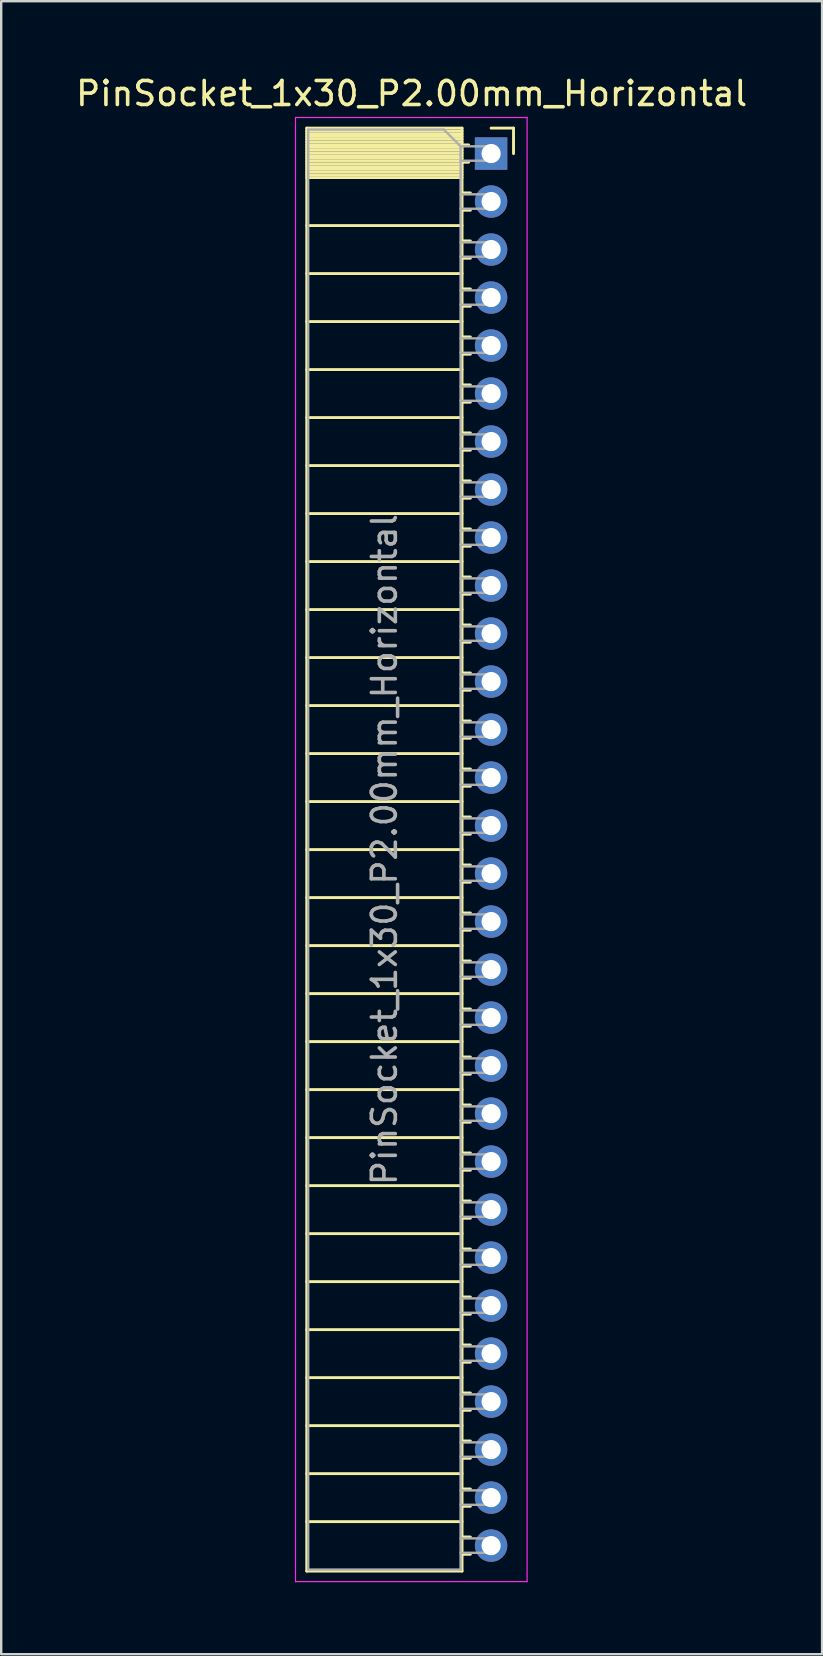
<source format=kicad_pcb>
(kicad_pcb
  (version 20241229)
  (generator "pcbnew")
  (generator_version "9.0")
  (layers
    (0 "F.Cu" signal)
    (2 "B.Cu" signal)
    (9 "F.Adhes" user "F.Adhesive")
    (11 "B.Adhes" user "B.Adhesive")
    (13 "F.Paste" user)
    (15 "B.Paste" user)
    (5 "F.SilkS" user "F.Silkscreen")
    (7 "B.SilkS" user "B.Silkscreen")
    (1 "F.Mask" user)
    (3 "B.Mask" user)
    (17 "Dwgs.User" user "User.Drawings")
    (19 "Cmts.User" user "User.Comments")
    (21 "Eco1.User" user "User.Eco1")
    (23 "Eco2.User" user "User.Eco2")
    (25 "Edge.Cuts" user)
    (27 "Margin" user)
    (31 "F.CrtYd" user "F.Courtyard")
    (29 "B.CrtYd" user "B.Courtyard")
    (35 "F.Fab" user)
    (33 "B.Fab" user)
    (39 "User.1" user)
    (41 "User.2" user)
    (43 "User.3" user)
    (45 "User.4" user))
  (footprint "PinSocket_1x30_P2.00mm_Horizontal"
    (layer "F.Cu")
    (at 17.411 3.348)
    (property "Reference" "PinSocket_1x30_P2.00mm_Horizontal" (at -3.31 -2.5 0) (layer "F.SilkS") (effects (font (size 1 1) (thickness 0.15))))
    (attr through_hole)
    (fp_line (start -7.68 -1.06) (end -7.68 59.06) (stroke (width 0.12) (type solid)) (layer "F.SilkS"))
    (fp_line (start -7.68 -1.06) (end -1.21 -1.06) (stroke (width 0.12) (type solid)) (layer "F.SilkS"))
    (fp_line (start -7.68 -0.94) (end -1.21 -0.94) (stroke (width 0.12) (type solid)) (layer "F.SilkS"))
    (fp_line (start -7.68 -0.826) (end -1.21 -0.826) (stroke (width 0.12) (type solid)) (layer "F.SilkS"))
    (fp_line (start -7.68 -0.712) (end -1.21 -0.712) (stroke (width 0.12) (type solid)) (layer "F.SilkS"))
    (fp_line (start -7.68 -0.598) (end -1.21 -0.598) (stroke (width 0.12) (type solid)) (layer "F.SilkS"))
    (fp_line (start -7.68 -0.484) (end -1.21 -0.484) (stroke (width 0.12) (type solid)) (layer "F.SilkS"))
    (fp_line (start -7.68 -0.369) (end -1.21 -0.369) (stroke (width 0.12) (type solid)) (layer "F.SilkS"))
    (fp_line (start -7.68 -0.255) (end -1.21 -0.255) (stroke (width 0.12) (type solid)) (layer "F.SilkS"))
    (fp_line (start -7.68 -0.141) (end -1.21 -0.141) (stroke (width 0.12) (type solid)) (layer "F.SilkS"))
    (fp_line (start -7.68 -0.027) (end -1.21 -0.027) (stroke (width 0.12) (type solid)) (layer "F.SilkS"))
    (fp_line (start -7.68 0.087) (end -1.21 0.087) (stroke (width 0.12) (type solid)) (layer "F.SilkS"))
    (fp_line (start -7.68 0.201) (end -1.21 0.201) (stroke (width 0.12) (type solid)) (layer "F.SilkS"))
    (fp_line (start -7.68 0.315) (end -1.21 0.315) (stroke (width 0.12) (type solid)) (layer "F.SilkS"))
    (fp_line (start -7.68 0.429) (end -1.21 0.429) (stroke (width 0.12) (type solid)) (layer "F.SilkS"))
    (fp_line (start -7.68 0.544) (end -1.21 0.544) (stroke (width 0.12) (type solid)) (layer "F.SilkS"))
    (fp_line (start -7.68 0.658) (end -1.21 0.658) (stroke (width 0.12) (type solid)) (layer "F.SilkS"))
    (fp_line (start -7.68 0.772) (end -1.21 0.772) (stroke (width 0.12) (type solid)) (layer "F.SilkS"))
    (fp_line (start -7.68 0.886) (end -1.21 0.886) (stroke (width 0.12) (type solid)) (layer "F.SilkS"))
    (fp_line (start -7.68 1) (end -1.21 1) (stroke (width 0.12) (type solid)) (layer "F.SilkS"))
    (fp_line (start -7.68 3) (end -1.21 3) (stroke (width 0.12) (type solid)) (layer "F.SilkS"))
    (fp_line (start -7.68 5) (end -1.21 5) (stroke (width 0.12) (type solid)) (layer "F.SilkS"))
    (fp_line (start -7.68 7) (end -1.21 7) (stroke (width 0.12) (type solid)) (layer "F.SilkS"))
    (fp_line (start -7.68 9) (end -1.21 9) (stroke (width 0.12) (type solid)) (layer "F.SilkS"))
    (fp_line (start -7.68 11) (end -1.21 11) (stroke (width 0.12) (type solid)) (layer "F.SilkS"))
    (fp_line (start -7.68 13) (end -1.21 13) (stroke (width 0.12) (type solid)) (layer "F.SilkS"))
    (fp_line (start -7.68 15) (end -1.21 15) (stroke (width 0.12) (type solid)) (layer "F.SilkS"))
    (fp_line (start -7.68 17) (end -1.21 17) (stroke (width 0.12) (type solid)) (layer "F.SilkS"))
    (fp_line (start -7.68 19) (end -1.21 19) (stroke (width 0.12) (type solid)) (layer "F.SilkS"))
    (fp_line (start -7.68 21) (end -1.21 21) (stroke (width 0.12) (type solid)) (layer "F.SilkS"))
    (fp_line (start -7.68 23) (end -1.21 23) (stroke (width 0.12) (type solid)) (layer "F.SilkS"))
    (fp_line (start -7.68 25) (end -1.21 25) (stroke (width 0.12) (type solid)) (layer "F.SilkS"))
    (fp_line (start -7.68 27) (end -1.21 27) (stroke (width 0.12) (type solid)) (layer "F.SilkS"))
    (fp_line (start -7.68 29) (end -1.21 29) (stroke (width 0.12) (type solid)) (layer "F.SilkS"))
    (fp_line (start -7.68 31) (end -1.21 31) (stroke (width 0.12) (type solid)) (layer "F.SilkS"))
    (fp_line (start -7.68 33) (end -1.21 33) (stroke (width 0.12) (type solid)) (layer "F.SilkS"))
    (fp_line (start -7.68 35) (end -1.21 35) (stroke (width 0.12) (type solid)) (layer "F.SilkS"))
    (fp_line (start -7.68 37) (end -1.21 37) (stroke (width 0.12) (type solid)) (layer "F.SilkS"))
    (fp_line (start -7.68 39) (end -1.21 39) (stroke (width 0.12) (type solid)) (layer "F.SilkS"))
    (fp_line (start -7.68 41) (end -1.21 41) (stroke (width 0.12) (type solid)) (layer "F.SilkS"))
    (fp_line (start -7.68 43) (end -1.21 43) (stroke (width 0.12) (type solid)) (layer "F.SilkS"))
    (fp_line (start -7.68 45) (end -1.21 45) (stroke (width 0.12) (type solid)) (layer "F.SilkS"))
    (fp_line (start -7.68 47) (end -1.21 47) (stroke (width 0.12) (type solid)) (layer "F.SilkS"))
    (fp_line (start -7.68 49) (end -1.21 49) (stroke (width 0.12) (type solid)) (layer "F.SilkS"))
    (fp_line (start -7.68 51) (end -1.21 51) (stroke (width 0.12) (type solid)) (layer "F.SilkS"))
    (fp_line (start -7.68 53) (end -1.21 53) (stroke (width 0.12) (type solid)) (layer "F.SilkS"))
    (fp_line (start -7.68 55) (end -1.21 55) (stroke (width 0.12) (type solid)) (layer "F.SilkS"))
    (fp_line (start -7.68 57) (end -1.21 57) (stroke (width 0.12) (type solid)) (layer "F.SilkS"))
    (fp_line (start -7.68 59.06) (end -1.21 59.06) (stroke (width 0.12) (type solid)) (layer "F.SilkS"))
    (fp_line (start -1.21 -1.06) (end -1.21 59.06) (stroke (width 0.12) (type solid)) (layer "F.SilkS"))
    (fp_line (start -1.21 -0.36) (end -0.935 -0.36) (stroke (width 0.12) (type solid)) (layer "F.SilkS"))
    (fp_line (start -1.21 0.36) (end -0.935 0.36) (stroke (width 0.12) (type solid)) (layer "F.SilkS"))
    (fp_line (start -1.21 1.64) (end -0.863 1.64) (stroke (width 0.12) (type solid)) (layer "F.SilkS"))
    (fp_line (start -1.21 2.36) (end -0.863 2.36) (stroke (width 0.12) (type solid)) (layer "F.SilkS"))
    (fp_line (start -1.21 3.64) (end -0.863 3.64) (stroke (width 0.12) (type solid)) (layer "F.SilkS"))
    (fp_line (start -1.21 4.36) (end -0.863 4.36) (stroke (width 0.12) (type solid)) (layer "F.SilkS"))
    (fp_line (start -1.21 5.64) (end -0.863 5.64) (stroke (width 0.12) (type solid)) (layer "F.SilkS"))
    (fp_line (start -1.21 6.36) (end -0.863 6.36) (stroke (width 0.12) (type solid)) (layer "F.SilkS"))
    (fp_line (start -1.21 7.64) (end -0.863 7.64) (stroke (width 0.12) (type solid)) (layer "F.SilkS"))
    (fp_line (start -1.21 8.36) (end -0.863 8.36) (stroke (width 0.12) (type solid)) (layer "F.SilkS"))
    (fp_line (start -1.21 9.64) (end -0.863 9.64) (stroke (width 0.12) (type solid)) (layer "F.SilkS"))
    (fp_line (start -1.21 10.36) (end -0.863 10.36) (stroke (width 0.12) (type solid)) (layer "F.SilkS"))
    (fp_line (start -1.21 11.64) (end -0.863 11.64) (stroke (width 0.12) (type solid)) (layer "F.SilkS"))
    (fp_line (start -1.21 12.36) (end -0.863 12.36) (stroke (width 0.12) (type solid)) (layer "F.SilkS"))
    (fp_line (start -1.21 13.64) (end -0.863 13.64) (stroke (width 0.12) (type solid)) (layer "F.SilkS"))
    (fp_line (start -1.21 14.36) (end -0.863 14.36) (stroke (width 0.12) (type solid)) (layer "F.SilkS"))
    (fp_line (start -1.21 15.64) (end -0.863 15.64) (stroke (width 0.12) (type solid)) (layer "F.SilkS"))
    (fp_line (start -1.21 16.36) (end -0.863 16.36) (stroke (width 0.12) (type solid)) (layer "F.SilkS"))
    (fp_line (start -1.21 17.64) (end -0.863 17.64) (stroke (width 0.12) (type solid)) (layer "F.SilkS"))
    (fp_line (start -1.21 18.36) (end -0.863 18.36) (stroke (width 0.12) (type solid)) (layer "F.SilkS"))
    (fp_line (start -1.21 19.64) (end -0.863 19.64) (stroke (width 0.12) (type solid)) (layer "F.SilkS"))
    (fp_line (start -1.21 20.36) (end -0.863 20.36) (stroke (width 0.12) (type solid)) (layer "F.SilkS"))
    (fp_line (start -1.21 21.64) (end -0.863 21.64) (stroke (width 0.12) (type solid)) (layer "F.SilkS"))
    (fp_line (start -1.21 22.36) (end -0.863 22.36) (stroke (width 0.12) (type solid)) (layer "F.SilkS"))
    (fp_line (start -1.21 23.64) (end -0.863 23.64) (stroke (width 0.12) (type solid)) (layer "F.SilkS"))
    (fp_line (start -1.21 24.36) (end -0.863 24.36) (stroke (width 0.12) (type solid)) (layer "F.SilkS"))
    (fp_line (start -1.21 25.64) (end -0.863 25.64) (stroke (width 0.12) (type solid)) (layer "F.SilkS"))
    (fp_line (start -1.21 26.36) (end -0.863 26.36) (stroke (width 0.12) (type solid)) (layer "F.SilkS"))
    (fp_line (start -1.21 27.64) (end -0.863 27.64) (stroke (width 0.12) (type solid)) (layer "F.SilkS"))
    (fp_line (start -1.21 28.36) (end -0.863 28.36) (stroke (width 0.12) (type solid)) (layer "F.SilkS"))
    (fp_line (start -1.21 29.64) (end -0.863 29.64) (stroke (width 0.12) (type solid)) (layer "F.SilkS"))
    (fp_line (start -1.21 30.36) (end -0.863 30.36) (stroke (width 0.12) (type solid)) (layer "F.SilkS"))
    (fp_line (start -1.21 31.64) (end -0.863 31.64) (stroke (width 0.12) (type solid)) (layer "F.SilkS"))
    (fp_line (start -1.21 32.36) (end -0.863 32.36) (stroke (width 0.12) (type solid)) (layer "F.SilkS"))
    (fp_line (start -1.21 33.64) (end -0.863 33.64) (stroke (width 0.12) (type solid)) (layer "F.SilkS"))
    (fp_line (start -1.21 34.36) (end -0.863 34.36) (stroke (width 0.12) (type solid)) (layer "F.SilkS"))
    (fp_line (start -1.21 35.64) (end -0.863 35.64) (stroke (width 0.12) (type solid)) (layer "F.SilkS"))
    (fp_line (start -1.21 36.36) (end -0.863 36.36) (stroke (width 0.12) (type solid)) (layer "F.SilkS"))
    (fp_line (start -1.21 37.64) (end -0.863 37.64) (stroke (width 0.12) (type solid)) (layer "F.SilkS"))
    (fp_line (start -1.21 38.36) (end -0.863 38.36) (stroke (width 0.12) (type solid)) (layer "F.SilkS"))
    (fp_line (start -1.21 39.64) (end -0.863 39.64) (stroke (width 0.12) (type solid)) (layer "F.SilkS"))
    (fp_line (start -1.21 40.36) (end -0.863 40.36) (stroke (width 0.12) (type solid)) (layer "F.SilkS"))
    (fp_line (start -1.21 41.64) (end -0.863 41.64) (stroke (width 0.12) (type solid)) (layer "F.SilkS"))
    (fp_line (start -1.21 42.36) (end -0.863 42.36) (stroke (width 0.12) (type solid)) (layer "F.SilkS"))
    (fp_line (start -1.21 43.64) (end -0.863 43.64) (stroke (width 0.12) (type solid)) (layer "F.SilkS"))
    (fp_line (start -1.21 44.36) (end -0.863 44.36) (stroke (width 0.12) (type solid)) (layer "F.SilkS"))
    (fp_line (start -1.21 45.64) (end -0.863 45.64) (stroke (width 0.12) (type solid)) (layer "F.SilkS"))
    (fp_line (start -1.21 46.36) (end -0.863 46.36) (stroke (width 0.12) (type solid)) (layer "F.SilkS"))
    (fp_line (start -1.21 47.64) (end -0.863 47.64) (stroke (width 0.12) (type solid)) (layer "F.SilkS"))
    (fp_line (start -1.21 48.36) (end -0.863 48.36) (stroke (width 0.12) (type solid)) (layer "F.SilkS"))
    (fp_line (start -1.21 49.64) (end -0.863 49.64) (stroke (width 0.12) (type solid)) (layer "F.SilkS"))
    (fp_line (start -1.21 50.36) (end -0.863 50.36) (stroke (width 0.12) (type solid)) (layer "F.SilkS"))
    (fp_line (start -1.21 51.64) (end -0.863 51.64) (stroke (width 0.12) (type solid)) (layer "F.SilkS"))
    (fp_line (start -1.21 52.36) (end -0.863 52.36) (stroke (width 0.12) (type solid)) (layer "F.SilkS"))
    (fp_line (start -1.21 53.64) (end -0.863 53.64) (stroke (width 0.12) (type solid)) (layer "F.SilkS"))
    (fp_line (start -1.21 54.36) (end -0.863 54.36) (stroke (width 0.12) (type solid)) (layer "F.SilkS"))
    (fp_line (start -1.21 55.64) (end -0.863 55.64) (stroke (width 0.12) (type solid)) (layer "F.SilkS"))
    (fp_line (start -1.21 56.36) (end -0.863 56.36) (stroke (width 0.12) (type solid)) (layer "F.SilkS"))
    (fp_line (start -1.21 57.64) (end -0.863 57.64) (stroke (width 0.12) (type solid)) (layer "F.SilkS"))
    (fp_line (start -1.21 58.36) (end -0.863 58.36) (stroke (width 0.12) (type solid)) (layer "F.SilkS"))
    (fp_line (start 0 -1.06) (end 0.935 -1.06) (stroke (width 0.12) (type solid)) (layer "F.SilkS"))
    (fp_line (start 0.935 -1.06) (end 0.935 0) (stroke (width 0.12) (type solid)) (layer "F.SilkS"))
    (fp_line (start -8.15 -1.5) (end -8.15 59.5) (stroke (width 0.05) (type solid)) (layer "F.CrtYd"))
    (fp_line (start -8.15 59.5) (end 1.5 59.5) (stroke (width 0.05) (type solid)) (layer "F.CrtYd"))
    (fp_line (start 1.5 -1.5) (end -8.15 -1.5) (stroke (width 0.05) (type solid)) (layer "F.CrtYd"))
    (fp_line (start 1.5 59.5) (end 1.5 -1.5) (stroke (width 0.05) (type solid)) (layer "F.CrtYd"))
    (fp_line (start -7.62 -1) (end -1.97 -1) (stroke (width 0.1) (type solid)) (layer "F.Fab"))
    (fp_line (start -7.62 59) (end -7.62 -1) (stroke (width 0.1) (type solid)) (layer "F.Fab"))
    (fp_line (start -1.97 -1) (end -1.27 -0.3) (stroke (width 0.1) (type solid)) (layer "F.Fab"))
    (fp_line (start -1.27 -0.3) (end -1.27 59) (stroke (width 0.1) (type solid)) (layer "F.Fab"))
    (fp_line (start -1.27 0.3) (end 0 0.3) (stroke (width 0.1) (type solid)) (layer "F.Fab"))
    (fp_line (start -1.27 2.3) (end 0 2.3) (stroke (width 0.1) (type solid)) (layer "F.Fab"))
    (fp_line (start -1.27 4.3) (end 0 4.3) (stroke (width 0.1) (type solid)) (layer "F.Fab"))
    (fp_line (start -1.27 6.3) (end 0 6.3) (stroke (width 0.1) (type solid)) (layer "F.Fab"))
    (fp_line (start -1.27 8.3) (end 0 8.3) (stroke (width 0.1) (type solid)) (layer "F.Fab"))
    (fp_line (start -1.27 10.3) (end 0 10.3) (stroke (width 0.1) (type solid)) (layer "F.Fab"))
    (fp_line (start -1.27 12.3) (end 0 12.3) (stroke (width 0.1) (type solid)) (layer "F.Fab"))
    (fp_line (start -1.27 14.3) (end 0 14.3) (stroke (width 0.1) (type solid)) (layer "F.Fab"))
    (fp_line (start -1.27 16.3) (end 0 16.3) (stroke (width 0.1) (type solid)) (layer "F.Fab"))
    (fp_line (start -1.27 18.3) (end 0 18.3) (stroke (width 0.1) (type solid)) (layer "F.Fab"))
    (fp_line (start -1.27 20.3) (end 0 20.3) (stroke (width 0.1) (type solid)) (layer "F.Fab"))
    (fp_line (start -1.27 22.3) (end 0 22.3) (stroke (width 0.1) (type solid)) (layer "F.Fab"))
    (fp_line (start -1.27 24.3) (end 0 24.3) (stroke (width 0.1) (type solid)) (layer "F.Fab"))
    (fp_line (start -1.27 26.3) (end 0 26.3) (stroke (width 0.1) (type solid)) (layer "F.Fab"))
    (fp_line (start -1.27 28.3) (end 0 28.3) (stroke (width 0.1) (type solid)) (layer "F.Fab"))
    (fp_line (start -1.27 30.3) (end 0 30.3) (stroke (width 0.1) (type solid)) (layer "F.Fab"))
    (fp_line (start -1.27 32.3) (end 0 32.3) (stroke (width 0.1) (type solid)) (layer "F.Fab"))
    (fp_line (start -1.27 34.3) (end 0 34.3) (stroke (width 0.1) (type solid)) (layer "F.Fab"))
    (fp_line (start -1.27 36.3) (end 0 36.3) (stroke (width 0.1) (type solid)) (layer "F.Fab"))
    (fp_line (start -1.27 38.3) (end 0 38.3) (stroke (width 0.1) (type solid)) (layer "F.Fab"))
    (fp_line (start -1.27 40.3) (end 0 40.3) (stroke (width 0.1) (type solid)) (layer "F.Fab"))
    (fp_line (start -1.27 42.3) (end 0 42.3) (stroke (width 0.1) (type solid)) (layer "F.Fab"))
    (fp_line (start -1.27 44.3) (end 0 44.3) (stroke (width 0.1) (type solid)) (layer "F.Fab"))
    (fp_line (start -1.27 46.3) (end 0 46.3) (stroke (width 0.1) (type solid)) (layer "F.Fab"))
    (fp_line (start -1.27 48.3) (end 0 48.3) (stroke (width 0.1) (type solid)) (layer "F.Fab"))
    (fp_line (start -1.27 50.3) (end 0 50.3) (stroke (width 0.1) (type solid)) (layer "F.Fab"))
    (fp_line (start -1.27 52.3) (end 0 52.3) (stroke (width 0.1) (type solid)) (layer "F.Fab"))
    (fp_line (start -1.27 54.3) (end 0 54.3) (stroke (width 0.1) (type solid)) (layer "F.Fab"))
    (fp_line (start -1.27 56.3) (end 0 56.3) (stroke (width 0.1) (type solid)) (layer "F.Fab"))
    (fp_line (start -1.27 58.3) (end 0 58.3) (stroke (width 0.1) (type solid)) (layer "F.Fab"))
    (fp_line (start -1.27 59) (end -7.62 59) (stroke (width 0.1) (type solid)) (layer "F.Fab"))
    (fp_line (start 0 -0.3) (end -1.27 -0.3) (stroke (width 0.1) (type solid)) (layer "F.Fab"))
    (fp_line (start 0 0.3) (end 0 -0.3) (stroke (width 0.1) (type solid)) (layer "F.Fab"))
    (fp_line (start 0 1.7) (end -1.27 1.7) (stroke (width 0.1) (type solid)) (layer "F.Fab"))
    (fp_line (start 0 2.3) (end 0 1.7) (stroke (width 0.1) (type solid)) (layer "F.Fab"))
    (fp_line (start 0 3.7) (end -1.27 3.7) (stroke (width 0.1) (type solid)) (layer "F.Fab"))
    (fp_line (start 0 4.3) (end 0 3.7) (stroke (width 0.1) (type solid)) (layer "F.Fab"))
    (fp_line (start 0 5.7) (end -1.27 5.7) (stroke (width 0.1) (type solid)) (layer "F.Fab"))
    (fp_line (start 0 6.3) (end 0 5.7) (stroke (width 0.1) (type solid)) (layer "F.Fab"))
    (fp_line (start 0 7.7) (end -1.27 7.7) (stroke (width 0.1) (type solid)) (layer "F.Fab"))
    (fp_line (start 0 8.3) (end 0 7.7) (stroke (width 0.1) (type solid)) (layer "F.Fab"))
    (fp_line (start 0 9.7) (end -1.27 9.7) (stroke (width 0.1) (type solid)) (layer "F.Fab"))
    (fp_line (start 0 10.3) (end 0 9.7) (stroke (width 0.1) (type solid)) (layer "F.Fab"))
    (fp_line (start 0 11.7) (end -1.27 11.7) (stroke (width 0.1) (type solid)) (layer "F.Fab"))
    (fp_line (start 0 12.3) (end 0 11.7) (stroke (width 0.1) (type solid)) (layer "F.Fab"))
    (fp_line (start 0 13.7) (end -1.27 13.7) (stroke (width 0.1) (type solid)) (layer "F.Fab"))
    (fp_line (start 0 14.3) (end 0 13.7) (stroke (width 0.1) (type solid)) (layer "F.Fab"))
    (fp_line (start 0 15.7) (end -1.27 15.7) (stroke (width 0.1) (type solid)) (layer "F.Fab"))
    (fp_line (start 0 16.3) (end 0 15.7) (stroke (width 0.1) (type solid)) (layer "F.Fab"))
    (fp_line (start 0 17.7) (end -1.27 17.7) (stroke (width 0.1) (type solid)) (layer "F.Fab"))
    (fp_line (start 0 18.3) (end 0 17.7) (stroke (width 0.1) (type solid)) (layer "F.Fab"))
    (fp_line (start 0 19.7) (end -1.27 19.7) (stroke (width 0.1) (type solid)) (layer "F.Fab"))
    (fp_line (start 0 20.3) (end 0 19.7) (stroke (width 0.1) (type solid)) (layer "F.Fab"))
    (fp_line (start 0 21.7) (end -1.27 21.7) (stroke (width 0.1) (type solid)) (layer "F.Fab"))
    (fp_line (start 0 22.3) (end 0 21.7) (stroke (width 0.1) (type solid)) (layer "F.Fab"))
    (fp_line (start 0 23.7) (end -1.27 23.7) (stroke (width 0.1) (type solid)) (layer "F.Fab"))
    (fp_line (start 0 24.3) (end 0 23.7) (stroke (width 0.1) (type solid)) (layer "F.Fab"))
    (fp_line (start 0 25.7) (end -1.27 25.7) (stroke (width 0.1) (type solid)) (layer "F.Fab"))
    (fp_line (start 0 26.3) (end 0 25.7) (stroke (width 0.1) (type solid)) (layer "F.Fab"))
    (fp_line (start 0 27.7) (end -1.27 27.7) (stroke (width 0.1) (type solid)) (layer "F.Fab"))
    (fp_line (start 0 28.3) (end 0 27.7) (stroke (width 0.1) (type solid)) (layer "F.Fab"))
    (fp_line (start 0 29.7) (end -1.27 29.7) (stroke (width 0.1) (type solid)) (layer "F.Fab"))
    (fp_line (start 0 30.3) (end 0 29.7) (stroke (width 0.1) (type solid)) (layer "F.Fab"))
    (fp_line (start 0 31.7) (end -1.27 31.7) (stroke (width 0.1) (type solid)) (layer "F.Fab"))
    (fp_line (start 0 32.3) (end 0 31.7) (stroke (width 0.1) (type solid)) (layer "F.Fab"))
    (fp_line (start 0 33.7) (end -1.27 33.7) (stroke (width 0.1) (type solid)) (layer "F.Fab"))
    (fp_line (start 0 34.3) (end 0 33.7) (stroke (width 0.1) (type solid)) (layer "F.Fab"))
    (fp_line (start 0 35.7) (end -1.27 35.7) (stroke (width 0.1) (type solid)) (layer "F.Fab"))
    (fp_line (start 0 36.3) (end 0 35.7) (stroke (width 0.1) (type solid)) (layer "F.Fab"))
    (fp_line (start 0 37.7) (end -1.27 37.7) (stroke (width 0.1) (type solid)) (layer "F.Fab"))
    (fp_line (start 0 38.3) (end 0 37.7) (stroke (width 0.1) (type solid)) (layer "F.Fab"))
    (fp_line (start 0 39.7) (end -1.27 39.7) (stroke (width 0.1) (type solid)) (layer "F.Fab"))
    (fp_line (start 0 40.3) (end 0 39.7) (stroke (width 0.1) (type solid)) (layer "F.Fab"))
    (fp_line (start 0 41.7) (end -1.27 41.7) (stroke (width 0.1) (type solid)) (layer "F.Fab"))
    (fp_line (start 0 42.3) (end 0 41.7) (stroke (width 0.1) (type solid)) (layer "F.Fab"))
    (fp_line (start 0 43.7) (end -1.27 43.7) (stroke (width 0.1) (type solid)) (layer "F.Fab"))
    (fp_line (start 0 44.3) (end 0 43.7) (stroke (width 0.1) (type solid)) (layer "F.Fab"))
    (fp_line (start 0 45.7) (end -1.27 45.7) (stroke (width 0.1) (type solid)) (layer "F.Fab"))
    (fp_line (start 0 46.3) (end 0 45.7) (stroke (width 0.1) (type solid)) (layer "F.Fab"))
    (fp_line (start 0 47.7) (end -1.27 47.7) (stroke (width 0.1) (type solid)) (layer "F.Fab"))
    (fp_line (start 0 48.3) (end 0 47.7) (stroke (width 0.1) (type solid)) (layer "F.Fab"))
    (fp_line (start 0 49.7) (end -1.27 49.7) (stroke (width 0.1) (type solid)) (layer "F.Fab"))
    (fp_line (start 0 50.3) (end 0 49.7) (stroke (width 0.1) (type solid)) (layer "F.Fab"))
    (fp_line (start 0 51.7) (end -1.27 51.7) (stroke (width 0.1) (type solid)) (layer "F.Fab"))
    (fp_line (start 0 52.3) (end 0 51.7) (stroke (width 0.1) (type solid)) (layer "F.Fab"))
    (fp_line (start 0 53.7) (end -1.27 53.7) (stroke (width 0.1) (type solid)) (layer "F.Fab"))
    (fp_line (start 0 54.3) (end 0 53.7) (stroke (width 0.1) (type solid)) (layer "F.Fab"))
    (fp_line (start 0 55.7) (end -1.27 55.7) (stroke (width 0.1) (type solid)) (layer "F.Fab"))
    (fp_line (start 0 56.3) (end 0 55.7) (stroke (width 0.1) (type solid)) (layer "F.Fab"))
    (fp_line (start 0 57.7) (end -1.27 57.7) (stroke (width 0.1) (type solid)) (layer "F.Fab"))
    (fp_line (start 0 58.3) (end 0 57.7) (stroke (width 0.1) (type solid)) (layer "F.Fab"))
    (fp_text user "${REFERENCE}" (at -4.445 29 90) (layer "F.Fab") (effects (font (size 1 1) (thickness 0.15))))
    (pad "1" thru_hole rect (at 0 0) (size 1.35 1.35) (drill 0.8) (layers "*.Cu" "*.Mask"))
    (pad "2" thru_hole circle (at 0 2) (size 1.35 1.35) (drill 0.8) (layers "*.Cu" "*.Mask"))
    (pad "3" thru_hole circle (at 0 4) (size 1.35 1.35) (drill 0.8) (layers "*.Cu" "*.Mask"))
    (pad "4" thru_hole circle (at 0 6) (size 1.35 1.35) (drill 0.8) (layers "*.Cu" "*.Mask"))
    (pad "5" thru_hole circle (at 0 8) (size 1.35 1.35) (drill 0.8) (layers "*.Cu" "*.Mask"))
    (pad "6" thru_hole circle (at 0 10) (size 1.35 1.35) (drill 0.8) (layers "*.Cu" "*.Mask"))
    (pad "7" thru_hole circle (at 0 12) (size 1.35 1.35) (drill 0.8) (layers "*.Cu" "*.Mask"))
    (pad "8" thru_hole circle (at 0 14) (size 1.35 1.35) (drill 0.8) (layers "*.Cu" "*.Mask"))
    (pad "9" thru_hole circle (at 0 16) (size 1.35 1.35) (drill 0.8) (layers "*.Cu" "*.Mask"))
    (pad "10" thru_hole circle (at 0 18) (size 1.35 1.35) (drill 0.8) (layers "*.Cu" "*.Mask"))
    (pad "11" thru_hole circle (at 0 20) (size 1.35 1.35) (drill 0.8) (layers "*.Cu" "*.Mask"))
    (pad "12" thru_hole circle (at 0 22) (size 1.35 1.35) (drill 0.8) (layers "*.Cu" "*.Mask"))
    (pad "13" thru_hole circle (at 0 24) (size 1.35 1.35) (drill 0.8) (layers "*.Cu" "*.Mask"))
    (pad "14" thru_hole circle (at 0 26) (size 1.35 1.35) (drill 0.8) (layers "*.Cu" "*.Mask"))
    (pad "15" thru_hole circle (at 0 28) (size 1.35 1.35) (drill 0.8) (layers "*.Cu" "*.Mask"))
    (pad "16" thru_hole circle (at 0 30) (size 1.35 1.35) (drill 0.8) (layers "*.Cu" "*.Mask"))
    (pad "17" thru_hole circle (at 0 32) (size 1.35 1.35) (drill 0.8) (layers "*.Cu" "*.Mask"))
    (pad "18" thru_hole circle (at 0 34) (size 1.35 1.35) (drill 0.8) (layers "*.Cu" "*.Mask"))
    (pad "19" thru_hole circle (at 0 36) (size 1.35 1.35) (drill 0.8) (layers "*.Cu" "*.Mask"))
    (pad "20" thru_hole circle (at 0 38) (size 1.35 1.35) (drill 0.8) (layers "*.Cu" "*.Mask"))
    (pad "21" thru_hole circle (at 0 40) (size 1.35 1.35) (drill 0.8) (layers "*.Cu" "*.Mask"))
    (pad "22" thru_hole circle (at 0 42) (size 1.35 1.35) (drill 0.8) (layers "*.Cu" "*.Mask"))
    (pad "23" thru_hole circle (at 0 44) (size 1.35 1.35) (drill 0.8) (layers "*.Cu" "*.Mask"))
    (pad "24" thru_hole circle (at 0 46) (size 1.35 1.35) (drill 0.8) (layers "*.Cu" "*.Mask"))
    (pad "25" thru_hole circle (at 0 48) (size 1.35 1.35) (drill 0.8) (layers "*.Cu" "*.Mask"))
    (pad "26" thru_hole circle (at 0 50) (size 1.35 1.35) (drill 0.8) (layers "*.Cu" "*.Mask"))
    (pad "27" thru_hole circle (at 0 52) (size 1.35 1.35) (drill 0.8) (layers "*.Cu" "*.Mask"))
    (pad "28" thru_hole circle (at 0 54) (size 1.35 1.35) (drill 0.8) (layers "*.Cu" "*.Mask"))
    (pad "29" thru_hole circle (at 0 56) (size 1.35 1.35) (drill 0.8) (layers "*.Cu" "*.Mask"))
    (pad "30" thru_hole circle (at 0 58) (size 1.35 1.35) (drill 0.8) (layers "*.Cu" "*.Mask")))
  (gr_rect
    (start -3 -3)
    (end 31.202 65.873)
    (stroke (width 0.1) (type default))
    (fill no)
    (layer "Edge.Cuts")))
</source>
